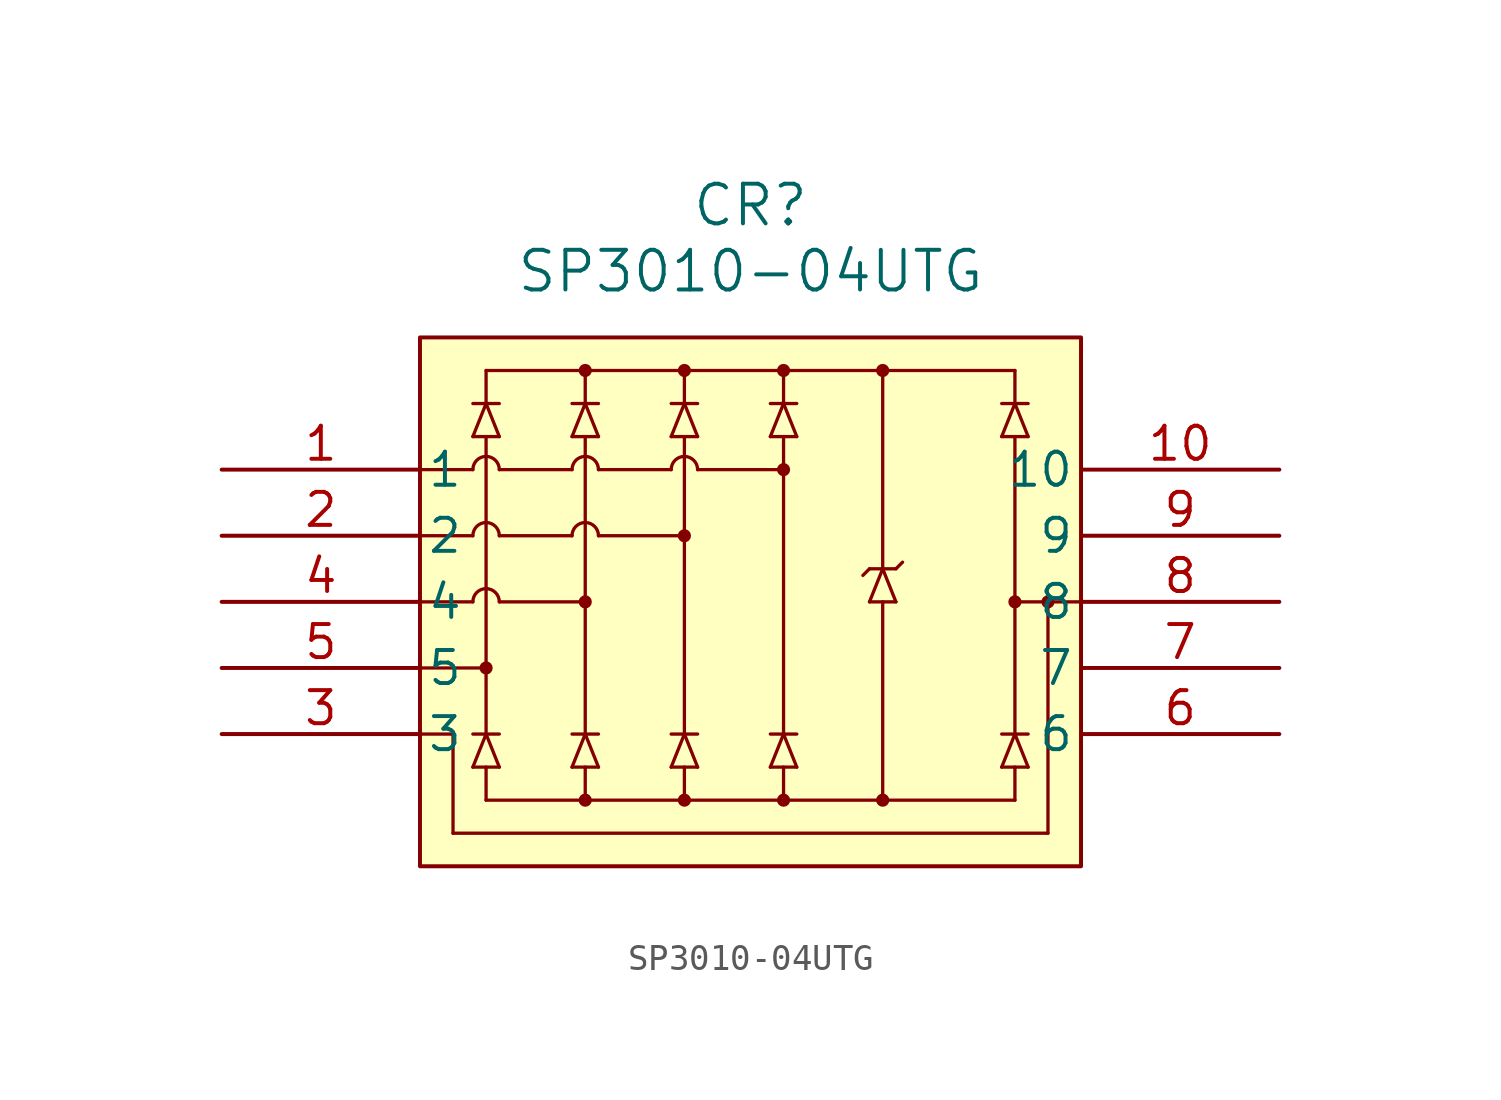
<source format=kicad_sym>
(kicad_symbol_lib
  (version 20241209)
  (generator "kicad_symbol_editor")
  (generator_version "9.0")
  (symbol "SP3010-04UTG"
    (pin_names
      (offset 0.254))
    (property "Reference" "CR"
      (at 20.32 10.16 0)
      (effects (font (size 1.524 1.524))))
    (property "Value" "SP3010-04UTG"
      (at 20.32 7.62 0)
      (effects (font (size 1.524 1.524))))
    (property "ki_locked" ""
      (at 0 0 0)
      (effects (font (size 1.27 1.27))))
    (symbol "SP3010-04UTG_0_1"
      (polyline (pts (xy 7.62 0) (xy 9.652 0)) (stroke (width 0.127) (type default)) (fill (type none)))
      (polyline (pts (xy 7.62 -2.54) (xy 9.652 -2.54)) (stroke (width 0.127) (type default)) (fill (type none)))
      (polyline (pts (xy 7.62 -5.08) (xy 9.652 -5.08)) (stroke (width 0.127) (type default)) (fill (type none)))
      (polyline (pts (xy 7.62 -7.62) (xy 10.16 -7.62)) (stroke (width 0.127) (type default)) (fill (type none)))
      (polyline (pts (xy 7.62 -10.16) (xy 8.89 -10.16)) (stroke (width 0.127) (type default)) (fill (type none)))
      (polyline (pts (xy 8.89 -13.97) (xy 8.89 -10.16)) (stroke (width 0.127) (type default)) (fill (type none)))
      (polyline (pts (xy 9.652 2.54) (xy 10.668 2.54)) (stroke (width 0.127) (type default)) (fill (type none)))
      (polyline (pts (xy 9.652 1.27) (xy 10.668 1.27)) (stroke (width 0.127) (type default)) (fill (type none)))
      (polyline (pts (xy 9.652 -10.16) (xy 10.668 -10.16)) (stroke (width 0.127) (type default)) (fill (type none)))
      (polyline (pts (xy 9.652 -11.43) (xy 10.668 -11.43)) (stroke (width 0.127) (type default)) (fill (type none)))
      (polyline (pts (xy 10.16 3.81) (xy 10.16 2.54)) (stroke (width 0.127) (type default)) (fill (type none)))
      (polyline (pts (xy 10.16 3.81) (xy 30.48 3.81)) (stroke (width 0.127) (type default)) (fill (type none)))
      (polyline (pts (xy 10.16 2.54) (xy 9.652 1.27)) (stroke (width 0.127) (type default)) (fill (type none)))
      (polyline (pts (xy 10.16 1.27) (xy 10.16 -10.16)) (stroke (width 0.127) (type default)) (fill (type none)))
      (arc (start 9.652 0) (mid 10.16 0.5058) (end 10.668 0) (stroke (width 0.127) (type default)) (fill (type none)))
      (arc (start 9.652 -2.54) (mid 10.16 -2.0342) (end 10.668 -2.54) (stroke (width 0.127) (type default)) (fill (type none)))
      (arc (start 9.652 -5.08) (mid 10.16 -4.5742) (end 10.668 -5.08) (stroke (width 0.127) (type default)) (fill (type none)))
      (circle (center 10.16 -7.62) (radius 0.127) (stroke (width 0.254) (type default)) (fill (type none)))
      (polyline (pts (xy 10.16 -10.16) (xy 9.652 -11.43)) (stroke (width 0.127) (type default)) (fill (type none)))
      (polyline (pts (xy 10.16 -12.7) (xy 10.16 -11.43)) (stroke (width 0.127) (type default)) (fill (type none)))
      (polyline (pts (xy 10.16 -12.7) (xy 30.48 -12.7)) (stroke (width 0.127) (type default)) (fill (type none)))
      (polyline (pts (xy 10.668 1.27) (xy 10.16 2.54)) (stroke (width 0.127) (type default)) (fill (type none)))
      (polyline (pts (xy 10.668 0) (xy 13.462 0)) (stroke (width 0.127) (type default)) (fill (type none)))
      (polyline (pts (xy 10.668 -2.54) (xy 13.462 -2.54)) (stroke (width 0.127) (type default)) (fill (type none)))
      (polyline (pts (xy 10.668 -5.08) (xy 13.97 -5.08)) (stroke (width 0.127) (type default)) (fill (type none)))
      (polyline (pts (xy 10.668 -11.43) (xy 10.16 -10.16)) (stroke (width 0.127) (type default)) (fill (type none)))
      (polyline (pts (xy 13.462 2.54) (xy 14.478 2.54)) (stroke (width 0.127) (type default)) (fill (type none)))
      (polyline (pts (xy 13.462 1.27) (xy 14.478 1.27)) (stroke (width 0.127) (type default)) (fill (type none)))
      (polyline (pts (xy 13.462 -10.16) (xy 14.478 -10.16)) (stroke (width 0.127) (type default)) (fill (type none)))
      (polyline (pts (xy 13.462 -11.43) (xy 14.478 -11.43)) (stroke (width 0.127) (type default)) (fill (type none)))
      (polyline (pts (xy 13.97 3.81) (xy 13.97 2.54)) (stroke (width 0.127) (type default)) (fill (type none)))
      (circle (center 13.97 3.81) (radius 0.127) (stroke (width 0.254) (type default)) (fill (type none)))
      (polyline (pts (xy 13.97 2.54) (xy 13.462 1.27)) (stroke (width 0.127) (type default)) (fill (type none)))
      (polyline (pts (xy 13.97 1.27) (xy 13.97 -10.16)) (stroke (width 0.127) (type default)) (fill (type none)))
      (arc (start 13.462 0) (mid 13.97 0.5058) (end 14.478 0) (stroke (width 0.127) (type default)) (fill (type none)))
      (arc (start 13.462 -2.54) (mid 13.97 -2.0342) (end 14.478 -2.54) (stroke (width 0.127) (type default)) (fill (type none)))
      (circle (center 13.97 -5.08) (radius 0.127) (stroke (width 0.254) (type default)) (fill (type none)))
      (polyline (pts (xy 13.97 -10.16) (xy 13.462 -11.43)) (stroke (width 0.127) (type default)) (fill (type none)))
      (polyline (pts (xy 13.97 -12.7) (xy 13.97 -11.43)) (stroke (width 0.127) (type default)) (fill (type none)))
      (circle (center 13.97 -12.7) (radius 0.127) (stroke (width 0.254) (type default)) (fill (type none)))
      (polyline (pts (xy 14.478 1.27) (xy 13.97 2.54)) (stroke (width 0.127) (type default)) (fill (type none)))
      (polyline (pts (xy 14.478 0) (xy 17.272 0)) (stroke (width 0.127) (type default)) (fill (type none)))
      (polyline (pts (xy 14.478 -2.54) (xy 17.78 -2.54)) (stroke (width 0.127) (type default)) (fill (type none)))
      (polyline (pts (xy 14.478 -11.43) (xy 13.97 -10.16)) (stroke (width 0.127) (type default)) (fill (type none)))
      (polyline (pts (xy 17.272 2.54) (xy 18.288 2.54)) (stroke (width 0.127) (type default)) (fill (type none)))
      (polyline (pts (xy 17.272 1.27) (xy 18.288 1.27)) (stroke (width 0.127) (type default)) (fill (type none)))
      (polyline (pts (xy 17.272 -10.16) (xy 18.288 -10.16)) (stroke (width 0.127) (type default)) (fill (type none)))
      (polyline (pts (xy 17.272 -11.43) (xy 18.288 -11.43)) (stroke (width 0.127) (type default)) (fill (type none)))
      (polyline (pts (xy 17.78 3.81) (xy 17.78 2.54)) (stroke (width 0.127) (type default)) (fill (type none)))
      (circle (center 17.78 3.81) (radius 0.127) (stroke (width 0.254) (type default)) (fill (type none)))
      (polyline (pts (xy 17.78 2.54) (xy 17.272 1.27)) (stroke (width 0.127) (type default)) (fill (type none)))
      (polyline (pts (xy 17.78 1.27) (xy 17.78 -10.16)) (stroke (width 0.127) (type default)) (fill (type none)))
      (arc (start 17.272 0) (mid 17.78 0.5058) (end 18.288 0) (stroke (width 0.127) (type default)) (fill (type none)))
      (circle (center 17.78 -2.54) (radius 0.127) (stroke (width 0.254) (type default)) (fill (type none)))
      (polyline (pts (xy 17.78 -10.16) (xy 17.272 -11.43)) (stroke (width 0.127) (type default)) (fill (type none)))
      (polyline (pts (xy 17.78 -12.7) (xy 17.78 -11.43)) (stroke (width 0.127) (type default)) (fill (type none)))
      (circle (center 17.78 -12.7) (radius 0.127) (stroke (width 0.254) (type default)) (fill (type none)))
      (polyline (pts (xy 18.288 1.27) (xy 17.78 2.54)) (stroke (width 0.127) (type default)) (fill (type none)))
      (polyline (pts (xy 18.288 0) (xy 21.59 0)) (stroke (width 0.127) (type default)) (fill (type none)))
      (polyline (pts (xy 18.288 -11.43) (xy 17.78 -10.16)) (stroke (width 0.127) (type default)) (fill (type none)))
      (polyline (pts (xy 21.082 2.54) (xy 22.098 2.54)) (stroke (width 0.127) (type default)) (fill (type none)))
      (polyline (pts (xy 21.082 1.27) (xy 22.098 1.27)) (stroke (width 0.127) (type default)) (fill (type none)))
      (polyline (pts (xy 21.082 -10.16) (xy 22.098 -10.16)) (stroke (width 0.127) (type default)) (fill (type none)))
      (polyline (pts (xy 21.082 -11.43) (xy 22.098 -11.43)) (stroke (width 0.127) (type default)) (fill (type none)))
      (polyline (pts (xy 21.59 3.81) (xy 21.59 2.54)) (stroke (width 0.127) (type default)) (fill (type none)))
      (circle (center 21.59 3.81) (radius 0.127) (stroke (width 0.254) (type default)) (fill (type none)))
      (polyline (pts (xy 21.59 2.54) (xy 21.082 1.27)) (stroke (width 0.127) (type default)) (fill (type none)))
      (polyline (pts (xy 21.59 1.27) (xy 21.59 -10.16)) (stroke (width 0.127) (type default)) (fill (type none)))
      (circle (center 21.59 0) (radius 0.127) (stroke (width 0.254) (type default)) (fill (type none)))
      (polyline (pts (xy 21.59 -10.16) (xy 21.082 -11.43)) (stroke (width 0.127) (type default)) (fill (type none)))
      (polyline (pts (xy 21.59 -12.7) (xy 21.59 -11.43)) (stroke (width 0.127) (type default)) (fill (type none)))
      (circle (center 21.59 -12.7) (radius 0.127) (stroke (width 0.254) (type default)) (fill (type none)))
      (polyline (pts (xy 22.098 1.27) (xy 21.59 2.54)) (stroke (width 0.127) (type default)) (fill (type none)))
      (polyline (pts (xy 22.098 -11.43) (xy 21.59 -10.16)) (stroke (width 0.127) (type default)) (fill (type none)))
      (polyline (pts (xy 24.892 -3.81) (xy 24.638 -4.064)) (stroke (width 0.127) (type default)) (fill (type none)))
      (polyline (pts (xy 24.892 -3.81) (xy 25.908 -3.81)) (stroke (width 0.127) (type default)) (fill (type none)))
      (polyline (pts (xy 24.892 -5.08) (xy 25.908 -5.08)) (stroke (width 0.127) (type default)) (fill (type none)))
      (polyline (pts (xy 25.4 3.81) (xy 25.4 -3.81)) (stroke (width 0.127) (type default)) (fill (type none)))
      (circle (center 25.4 3.81) (radius 0.127) (stroke (width 0.254) (type default)) (fill (type none)))
      (polyline (pts (xy 25.4 -3.81) (xy 24.892 -5.08)) (stroke (width 0.127) (type default)) (fill (type none)))
      (polyline (pts (xy 25.4 -5.08) (xy 25.4 -12.7)) (stroke (width 0.127) (type default)) (fill (type none)))
      (circle (center 25.4 -12.7) (radius 0.127) (stroke (width 0.254) (type default)) (fill (type none)))
      (polyline (pts (xy 25.908 -3.81) (xy 26.162 -3.556)) (stroke (width 0.127) (type default)) (fill (type none)))
      (polyline (pts (xy 25.908 -5.08) (xy 25.4 -3.81)) (stroke (width 0.127) (type default)) (fill (type none)))
      (polyline (pts (xy 29.972 2.54) (xy 30.988 2.54)) (stroke (width 0.127) (type default)) (fill (type none)))
      (polyline (pts (xy 29.972 1.27) (xy 30.988 1.27)) (stroke (width 0.127) (type default)) (fill (type none)))
      (polyline (pts (xy 29.972 -10.16) (xy 30.988 -10.16)) (stroke (width 0.127) (type default)) (fill (type none)))
      (polyline (pts (xy 29.972 -11.43) (xy 30.988 -11.43)) (stroke (width 0.127) (type default)) (fill (type none)))
      (polyline (pts (xy 30.48 3.81) (xy 30.48 2.54)) (stroke (width 0.127) (type default)) (fill (type none)))
      (polyline (pts (xy 30.48 2.54) (xy 29.972 1.27)) (stroke (width 0.127) (type default)) (fill (type none)))
      (polyline (pts (xy 30.48 1.27) (xy 30.48 -10.16)) (stroke (width 0.127) (type default)) (fill (type none)))
      (circle (center 30.48 -5.08) (radius 0.127) (stroke (width 0.254) (type default)) (fill (type none)))
      (polyline (pts (xy 30.48 -10.16) (xy 29.972 -11.43)) (stroke (width 0.127) (type default)) (fill (type none)))
      (polyline (pts (xy 30.48 -12.7) (xy 30.48 -11.43)) (stroke (width 0.127) (type default)) (fill (type none)))
      (polyline (pts (xy 30.988 1.27) (xy 30.48 2.54)) (stroke (width 0.127) (type default)) (fill (type none)))
      (polyline (pts (xy 30.988 -11.43) (xy 30.48 -10.16)) (stroke (width 0.127) (type default)) (fill (type none)))
      (polyline (pts (xy 31.75 -5.08) (xy 31.75 -13.97)) (stroke (width 0.127) (type default)) (fill (type none)))
      (circle (center 31.75 -5.08) (radius 0.127) (stroke (width 0.254) (type default)) (fill (type none)))
      (polyline (pts (xy 31.75 -13.97) (xy 8.89 -13.97)) (stroke (width 0.127) (type default)) (fill (type none)))
      (polyline (pts (xy 33.02 -5.08) (xy 30.48 -5.08)) (stroke (width 0.127) (type default)) (fill (type none)))
      (pin passive line (at 0 0 0) (length 7.62) (name "1" (effects (font (size 1.27 1.27)))) (number "1" (effects (font (size 1.27 1.27)))))
      (pin passive line (at 0 -2.54 0) (length 7.62) (name "2" (effects (font (size 1.27 1.27)))) (number "2" (effects (font (size 1.27 1.27)))))
      (pin passive line (at 0 -5.08 0) (length 7.62) (name "4" (effects (font (size 1.27 1.27)))) (number "4" (effects (font (size 1.27 1.27)))))
      (pin passive line (at 0 -7.62 0) (length 7.62) (name "5" (effects (font (size 1.27 1.27)))) (number "5" (effects (font (size 1.27 1.27)))))
      (pin passive line (at 0 -10.16 0) (length 7.62) (name "3" (effects (font (size 1.27 1.27)))) (number "3" (effects (font (size 1.27 1.27)))))
      (pin passive line (at 40.64 0 180) (length 7.62) (name "10" (effects (font (size 1.27 1.27)))) (number "10" (effects (font (size 1.27 1.27)))))
      (pin passive line (at 40.64 -2.54 180) (length 7.62) (name "9" (effects (font (size 1.27 1.27)))) (number "9" (effects (font (size 1.27 1.27)))))
      (pin passive line (at 40.64 -5.08 180) (length 7.62) (name "8" (effects (font (size 1.27 1.27)))) (number "8" (effects (font (size 1.27 1.27)))))
      (pin passive line (at 40.64 -7.62 180) (length 7.62) (name "7" (effects (font (size 1.27 1.27)))) (number "7" (effects (font (size 1.27 1.27)))))
      (pin passive line (at 40.64 -10.16 180) (length 7.62) (name "6" (effects (font (size 1.27 1.27)))) (number "6" (effects (font (size 1.27 1.27))))))
    (symbol "SP3010-04UTG_1_1"
      (rectangle (start 7.62 5.08) (end 33.02 -15.24) (stroke (width 0) (type default)) (fill (type background))))))
</source>
